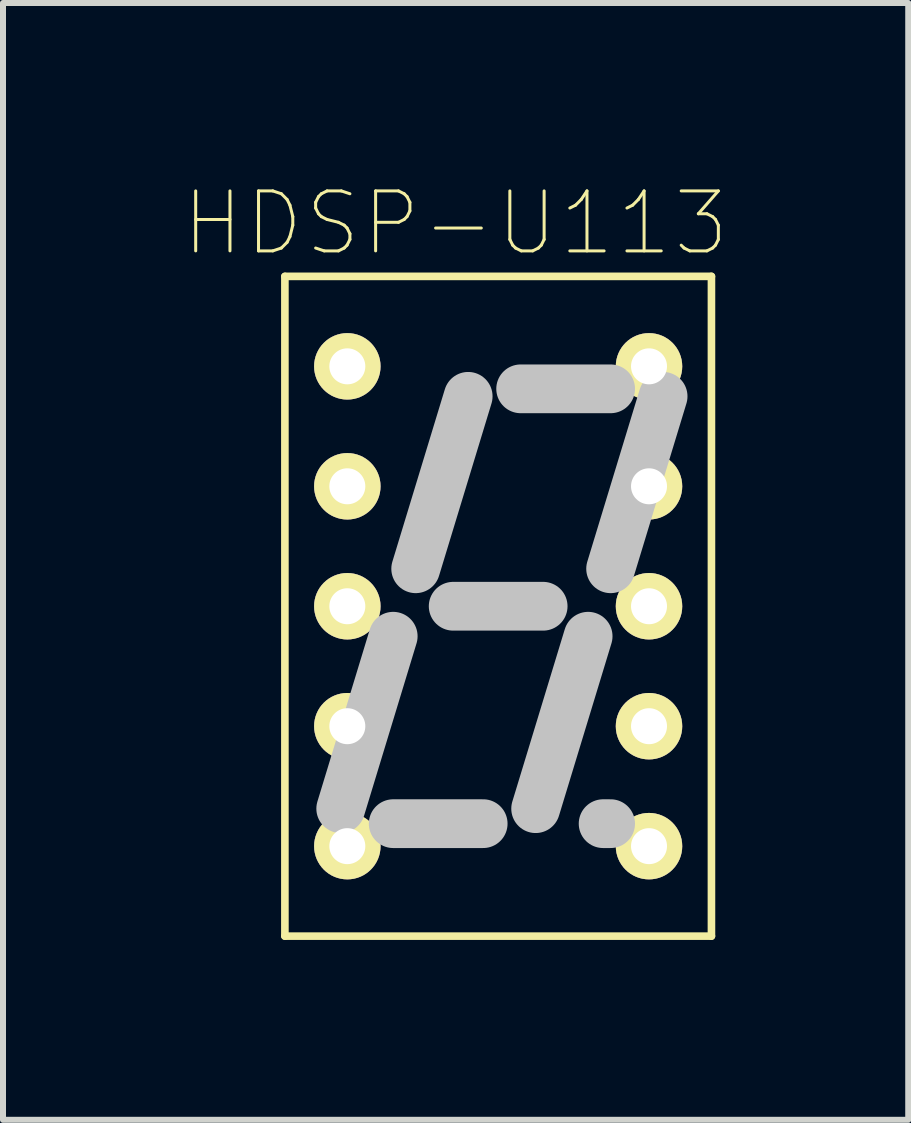
<source format=kicad_pcb>
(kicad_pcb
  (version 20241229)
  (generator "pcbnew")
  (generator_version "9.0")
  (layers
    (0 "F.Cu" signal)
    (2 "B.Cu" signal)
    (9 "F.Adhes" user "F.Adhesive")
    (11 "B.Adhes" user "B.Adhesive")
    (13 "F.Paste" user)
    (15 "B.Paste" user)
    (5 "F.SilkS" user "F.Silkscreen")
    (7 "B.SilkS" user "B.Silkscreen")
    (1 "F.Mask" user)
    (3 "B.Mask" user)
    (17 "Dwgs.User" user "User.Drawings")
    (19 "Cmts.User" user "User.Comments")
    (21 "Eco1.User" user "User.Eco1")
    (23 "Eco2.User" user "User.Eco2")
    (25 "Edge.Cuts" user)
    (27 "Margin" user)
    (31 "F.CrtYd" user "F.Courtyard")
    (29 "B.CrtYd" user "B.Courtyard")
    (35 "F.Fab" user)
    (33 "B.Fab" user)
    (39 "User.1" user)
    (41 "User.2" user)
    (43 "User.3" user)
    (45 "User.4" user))
  (footprint "HDSP-U113"
    (layer "F.Cu")
    (at 5.256 7.058)
    (property "Reference" "HDSP-U113" (at -0.71 -6.385 0) (layer "F.SilkS") (effects (font (size 1 1) (thickness 0.05))))
    (attr through_hole)
    (fp_line (start -3.556 -5.5) (end 3.556 -5.5) (stroke (width 0.127) (type solid)) (layer "F.SilkS"))
    (fp_line (start -3.556 5.5) (end -3.556 -5.5) (stroke (width 0.127) (type solid)) (layer "F.SilkS"))
    (fp_line (start 3.556 -5.5) (end 3.556 5.5) (stroke (width 0.127) (type solid)) (layer "F.SilkS"))
    (fp_line (start 3.556 5.5) (end -3.556 5.5) (stroke (width 0.127) (type solid)) (layer "F.SilkS"))
    (fp_line (start -1.75 0.5) (end -2.625 3.375) (stroke (width 0.813) (type solid)) (layer "Dwgs.User"))
    (fp_line (start -1.75 3.625) (end -0.25 3.625) (stroke (width 0.813) (type solid)) (layer "Dwgs.User"))
    (fp_line (start -0.75 0) (end 0.75 0) (stroke (width 0.813) (type solid)) (layer "Dwgs.User"))
    (fp_line (start -0.5 -3.5) (end -1.375 -0.625) (stroke (width 0.813) (type solid)) (layer "Dwgs.User"))
    (fp_line (start 0.375 -3.625) (end 1.875 -3.625) (stroke (width 0.813) (type solid)) (layer "Dwgs.User"))
    (fp_line (start 1.5 0.5) (end 0.625 3.375) (stroke (width 0.813) (type solid)) (layer "Dwgs.User"))
    (fp_line (start 1.75 3.625) (end 1.875 3.625) (stroke (width 0.813) (type solid)) (layer "Dwgs.User"))
    (fp_line (start 2.75 -3.5) (end 1.875 -0.625) (stroke (width 0.813) (type solid)) (layer "Dwgs.User"))
    (pad "1" thru_hole circle (at -2.515 -4) (size 1.108 1.108) (drill 0.6) (layers "*.Cu" "*.Mask" "F.SilkS"))
    (pad "2" thru_hole circle (at -2.515 -2) (size 1.108 1.108) (drill 0.6) (layers "*.Cu" "*.Mask" "F.SilkS"))
    (pad "3" thru_hole circle (at -2.515 0) (size 1.108 1.108) (drill 0.6) (layers "*.Cu" "*.Mask" "F.SilkS"))
    (pad "4" thru_hole circle (at -2.515 2) (size 1.108 1.108) (drill 0.6) (layers "*.Cu" "*.Mask" "F.SilkS"))
    (pad "5" thru_hole circle (at -2.515 4) (size 1.108 1.108) (drill 0.6) (layers "*.Cu" "*.Mask" "F.SilkS"))
    (pad "6" thru_hole circle (at 2.515 4) (size 1.108 1.108) (drill 0.6) (layers "*.Cu" "*.Mask" "F.SilkS"))
    (pad "7" thru_hole circle (at 2.515 2) (size 1.108 1.108) (drill 0.6) (layers "*.Cu" "*.Mask" "F.SilkS"))
    (pad "8" thru_hole circle (at 2.515 0) (size 1.108 1.108) (drill 0.6) (layers "*.Cu" "*.Mask" "F.SilkS"))
    (pad "9" thru_hole circle (at 2.515 -2) (size 1.108 1.108) (drill 0.6) (layers "*.Cu" "*.Mask" "F.SilkS"))
    (pad "10" thru_hole circle (at 2.515 -4) (size 1.108 1.108) (drill 0.6) (layers "*.Cu" "*.Mask" "F.SilkS")))
  (gr_rect
    (start -3 -3)
    (end 12.093 15.621)
    (stroke (width 0.1) (type default))
    (fill no)
    (layer "Edge.Cuts")))
</source>
